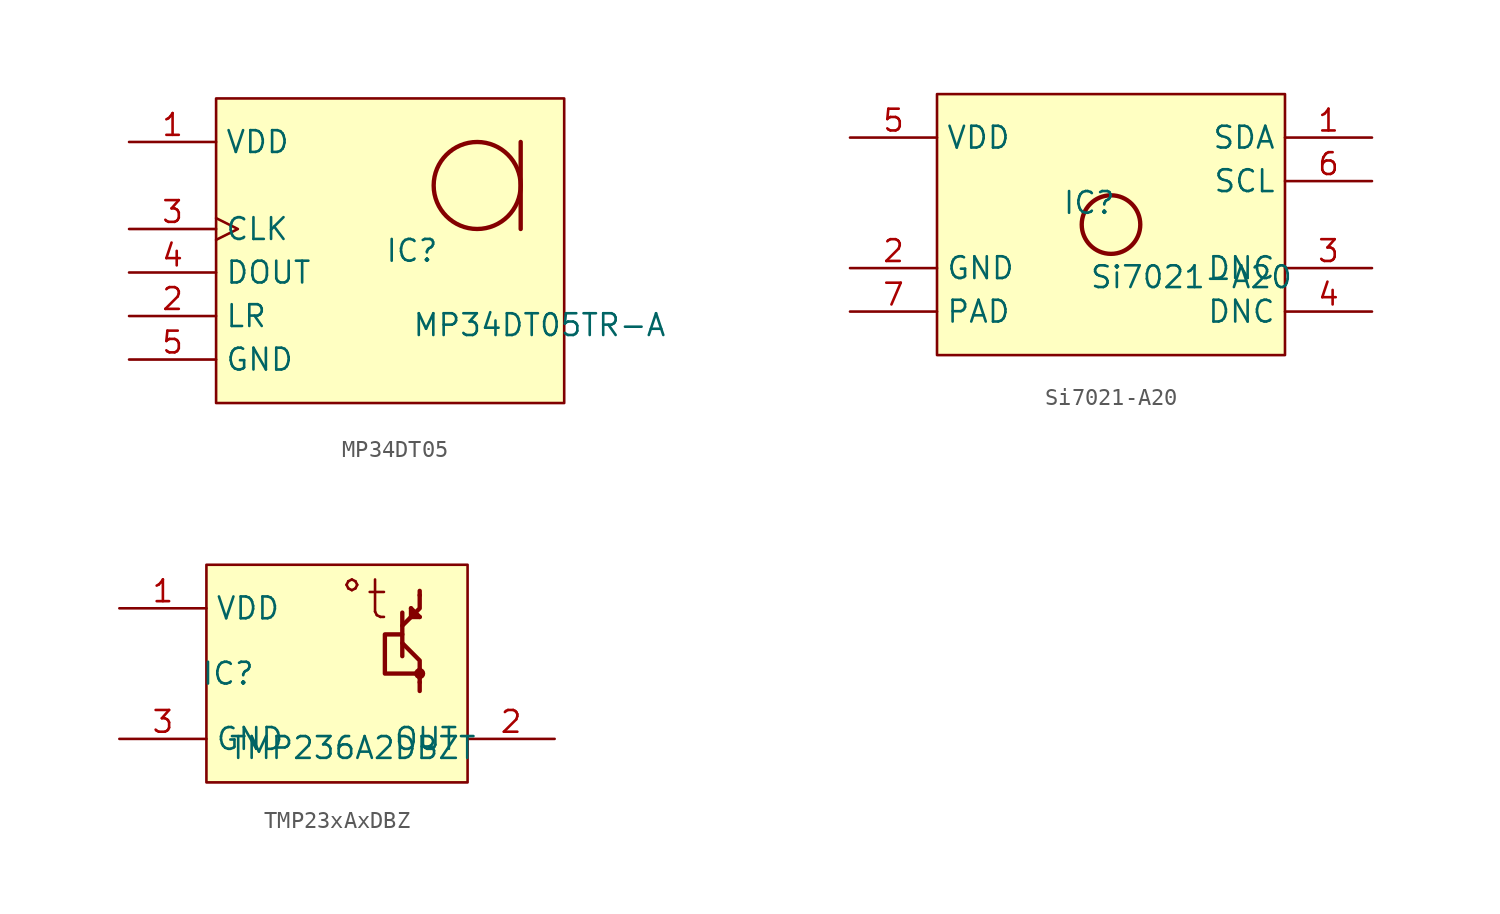
<source format=kicad_sym>
(kicad_symbol_lib
  (version 20231120)
  (generator "kicad_symbol_editor")
  (generator_version "8.0")
  (symbol "MP34DT05"
    (property "Reference" "IC"
      (at -1.27 1.27 0)
      (effects (font (size 1.27 1.27))))
    (property "Value" "MP34DT05TR-A"
      (at -1.27 -3.81 0)
      (effects (font (size 1.27 1.27)) (justify left bottom)))
    (symbol "MP34DT05_1_0"
      (rectangle (start -12.7 10.16) (end 7.62 -7.62) (stroke (width 0) (type solid) (color 128 0 0 1)) (fill (type background)))
      (polyline (pts (xy 5.08 7.62) (xy 5.08 2.54)) (stroke (width 0.254) (type solid)) (fill (type none)))
      (circle (center 2.54 5.08) (radius 2.539) (stroke (width 0.254) (type solid)) (fill (type none)))
      (pin power_in line (at -17.78 7.62 0) (length 5.08) (name "VDD" (effects (font (size 1.27 1.27)))) (number "1" (effects (font (size 1.27 1.27)))))
      (pin input line (at -17.78 -2.54 0) (length 5.08) (name "LR" (effects (font (size 1.27 1.27)))) (number "2" (effects (font (size 1.27 1.27)))))
      (pin input clock (at -17.78 2.54 0) (length 5.08) (name "CLK" (effects (font (size 1.27 1.27)))) (number "3" (effects (font (size 1.27 1.27)))))
      (pin output line (at -17.78 0 0) (length 5.08) (name "DOUT" (effects (font (size 1.27 1.27)))) (number "4" (effects (font (size 1.27 1.27)))))
      (pin power_in line (at -17.78 -5.08 0) (length 5.08) (name "GND" (effects (font (size 1.27 1.27)))) (number "5" (effects (font (size 1.27 1.27)))))))
  (symbol "Si7021-A20"
    (property "Reference" "IC"
      (at -1.27 1.27 0)
      (effects (font (size 1.27 1.27))))
    (property "Value" "Si7021-A20"
      (at -1.27 -3.81 0)
      (effects (font (size 1.27 1.27)) (justify left bottom)))
    (symbol "Si7021-A20_1_0"
      (rectangle (start -10.16 7.62) (end 10.16 -7.62) (stroke (width 0) (type solid) (color 128 0 0 1)) (fill (type background)))
      (circle (center 0 0) (radius 1.71) (stroke (width 0.254) (type solid)) (fill (type none)))
      (pin bidirectional line (at 15.24 5.08 180) (length 5.08) (name "SDA" (effects (font (size 1.27 1.27)))) (number "1" (effects (font (size 1.27 1.27)))))
      (pin passive line (at -15.24 -2.54 0) (length 5.08) (name "GND" (effects (font (size 1.27 1.27)))) (number "2" (effects (font (size 1.27 1.27)))))
      (pin passive line (at 15.24 -2.54 180) (length 5.08) (name "DNC" (effects (font (size 1.27 1.27)))) (number "3" (effects (font (size 1.27 1.27)))))
      (pin passive line (at 15.24 -5.08 180) (length 5.08) (name "DNC" (effects (font (size 1.27 1.27)))) (number "4" (effects (font (size 1.27 1.27)))))
      (pin passive line (at -15.24 5.08 0) (length 5.08) (name "VDD" (effects (font (size 1.27 1.27)))) (number "5" (effects (font (size 1.27 1.27)))))
      (pin input line (at 15.24 2.54 180) (length 5.08) (name "SCL" (effects (font (size 1.27 1.27)))) (number "6" (effects (font (size 1.27 1.27)))))
      (pin passive line (at -15.24 -5.08 0) (length 5.08) (name "PAD" (effects (font (size 1.27 1.27)))) (number "7" (effects (font (size 1.27 1.27)))))))
  (symbol "TMP23xAxDBZ"
    (property "Reference" "IC"
      (at -1.27 1.27 0)
      (effects (font (size 1.27 1.27))))
    (property "Value" "TMP236A2DBZT"
      (at -1.27 -3.81 0)
      (effects (font (size 1.27 1.27)) (justify left bottom)))
    (symbol "TMP23xAxDBZ_1_0"
      (rectangle (start -2.54 7.62) (end 12.7 -5.08) (stroke (width 0) (type solid) (color 128 0 0 1)) (fill (type background)))
      (polyline (pts (xy 8.89 4.826) (xy 8.89 2.286)) (stroke (width 0.254) (type solid)) (fill (type none)))
      (polyline (pts (xy 9.398 4.572) (xy 9.398 5.08)) (stroke (width 0.254) (type solid)) (fill (type none)))
      (polyline (pts (xy 9.398 4.572) (xy 9.906 4.572)) (stroke (width 0.254) (type solid)) (fill (type none)))
      (polyline (pts (xy 9.398 5.08) (xy 9.906 4.572)) (stroke (width 0.254) (type solid)) (fill (type none)))
      (polyline (pts (xy 9.906 0.762) (xy 9.906 0.254)) (stroke (width 0.254) (type solid)) (fill (type none)))
      (polyline (pts (xy 9.906 1.524) (xy 9.906 0.762)) (stroke (width 0.254) (type solid)) (fill (type none)))
      (polyline (pts (xy 9.906 5.842) (xy 9.906 6.096)) (stroke (width 0.254) (type solid)) (fill (type none)))
      (polyline (pts (xy 8.89 3.048) (xy 9.906 2.032) (xy 9.906 1.524)) (stroke (width 0.254) (type solid)) (fill (type none)))
      (polyline (pts (xy 9.906 5.842) (xy 9.906 5.08) (xy 8.89 4.064)) (stroke (width 0.254) (type solid)) (fill (type none)))
      (polyline (pts (xy 8.89 3.556) (xy 7.874 3.556) (xy 7.874 1.27) (xy 9.906 1.27) (xy 9.906 1.016)) (stroke (width 0.254) (type solid)) (fill (type none)))
      (circle (center 9.906 1.27) (radius 0.197) (stroke (width 0.254) (type solid)) (fill (type none)))
      (text "°t" (at 8.128 6.858 0) (effects (font (size 2.184 2.184)) (justify right top)))
      (pin passive line (at -7.62 5.08 0) (length 5.08) (name "VDD" (effects (font (size 1.27 1.27)))) (number "1" (effects (font (size 1.27 1.27)))))
      (pin passive line (at 17.78 -2.54 180) (length 5.08) (name "OUT" (effects (font (size 1.27 1.27)))) (number "2" (effects (font (size 1.27 1.27)))))
      (pin passive line (at -7.62 -2.54 0) (length 5.08) (name "GND" (effects (font (size 1.27 1.27)))) (number "3" (effects (font (size 1.27 1.27))))))))
</source>
